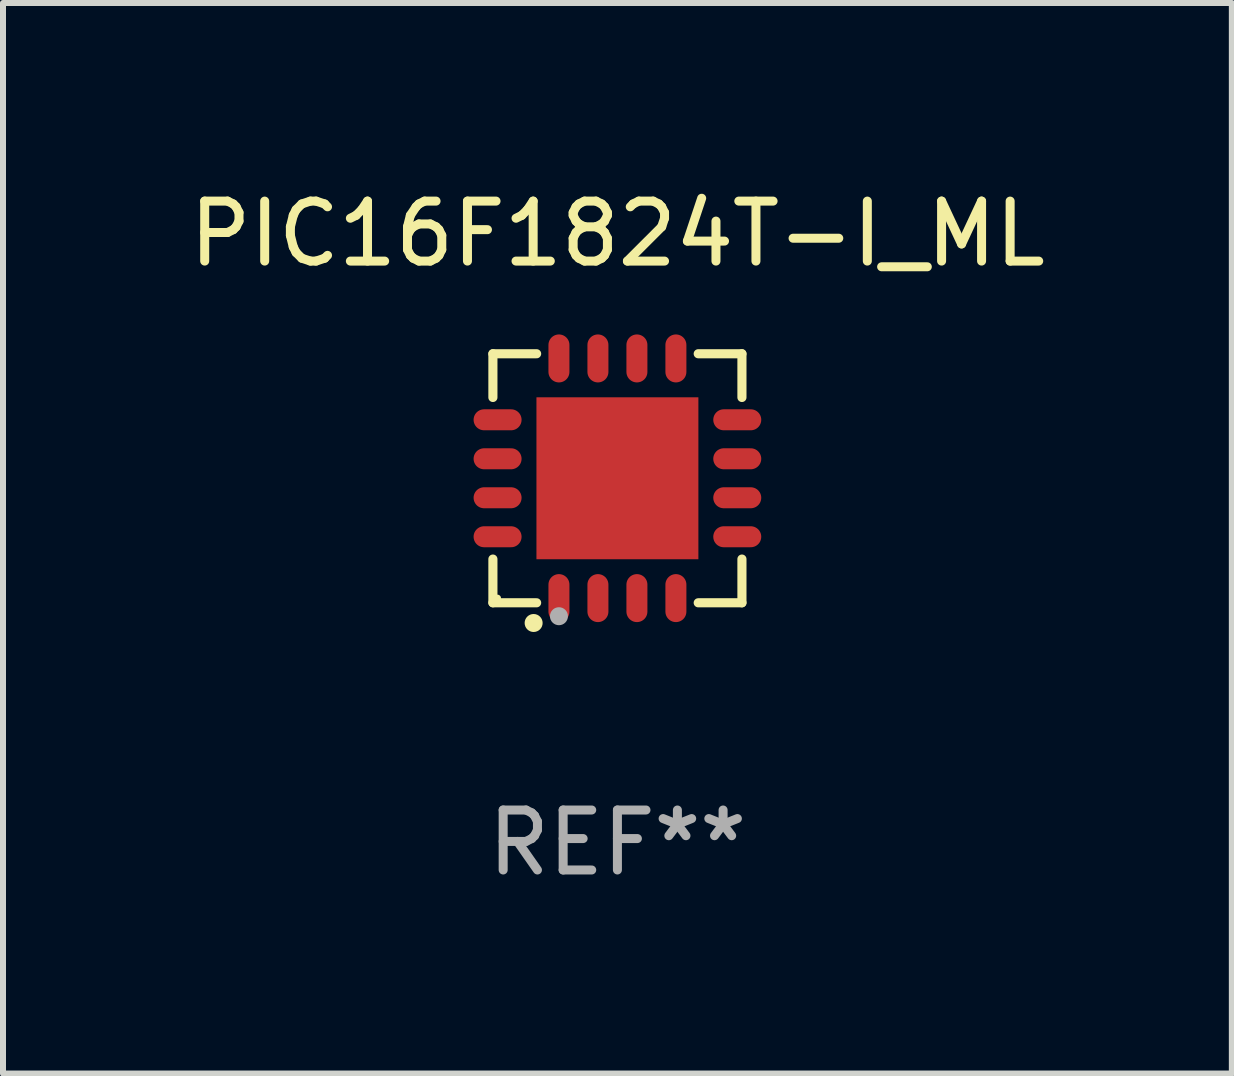
<source format=kicad_pcb>
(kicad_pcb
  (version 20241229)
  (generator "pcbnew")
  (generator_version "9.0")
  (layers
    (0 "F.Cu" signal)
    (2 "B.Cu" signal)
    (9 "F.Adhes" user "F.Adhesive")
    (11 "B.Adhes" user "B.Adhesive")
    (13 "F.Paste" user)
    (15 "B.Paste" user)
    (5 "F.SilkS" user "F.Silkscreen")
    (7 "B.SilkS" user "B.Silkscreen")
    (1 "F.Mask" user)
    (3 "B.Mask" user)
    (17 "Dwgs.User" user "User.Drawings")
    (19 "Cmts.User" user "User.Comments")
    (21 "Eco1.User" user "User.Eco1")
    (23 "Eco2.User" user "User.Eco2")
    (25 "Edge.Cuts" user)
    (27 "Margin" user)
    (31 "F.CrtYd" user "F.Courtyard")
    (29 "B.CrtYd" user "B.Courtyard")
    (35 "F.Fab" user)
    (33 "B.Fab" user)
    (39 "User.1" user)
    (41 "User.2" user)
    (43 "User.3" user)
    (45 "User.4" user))
  (footprint "PIC16F1824T-I_ML"
    (layer "F.Cu")
    (at 7.244 4.924)
    (property "Reference" "PIC16F1824T-I_ML" (at 0 -4.076 0) (layer "F.SilkS") (effects (font (size 1 1) (thickness 0.15))))
    (attr through_hole)
    (fp_line (start -2.076 -2.076) (end -1.347 -2.076) (stroke (width 0.152) (type solid)) (layer "F.SilkS"))
    (fp_line (start -2.076 -1.347) (end -2.076 -2.076) (stroke (width 0.152) (type solid)) (layer "F.SilkS"))
    (fp_line (start -2.076 1.347) (end -2.076 2.076) (stroke (width 0.152) (type solid)) (layer "F.SilkS"))
    (fp_line (start -2.076 2.076) (end -1.347 2.076) (stroke (width 0.152) (type solid)) (layer "F.SilkS"))
    (fp_line (start 2.076 -2.076) (end 1.347 -2.076) (stroke (width 0.152) (type solid)) (layer "F.SilkS"))
    (fp_line (start 2.076 -1.347) (end 2.076 -2.076) (stroke (width 0.152) (type solid)) (layer "F.SilkS"))
    (fp_line (start 2.076 1.347) (end 2.076 2.076) (stroke (width 0.152) (type solid)) (layer "F.SilkS"))
    (fp_line (start 2.076 2.076) (end 1.347 2.076) (stroke (width 0.152) (type solid)) (layer "F.SilkS"))
    (fp_circle (center -2 2) (end -1.97 2) (stroke (width 0.06) (type solid)) (fill no) (layer "F.SilkS"))
    (fp_circle (center -1.397 2.413) (end -1.322 2.413) (stroke (width 0.15) (type solid)) (fill no) (layer "F.SilkS"))
    (fp_circle (center -0.975 2.3) (end -0.9 2.3) (stroke (width 0.15) (type solid)) (fill no) (layer "F.Fab"))
    (fp_text user "REF**" (at 0 6.076 0) (layer "F.Fab") (effects (font (size 1 1) (thickness 0.15))))
    (pad "1" smd oval (at -0.975 1.998) (size 0.35 0.8) (layers "F.Cu" "F.Mask" "F.Paste"))
    (pad "2" smd oval (at -0.325 1.998) (size 0.35 0.8) (layers "F.Cu" "F.Mask" "F.Paste"))
    (pad "3" smd oval (at 0.325 1.998) (size 0.35 0.8) (layers "F.Cu" "F.Mask" "F.Paste"))
    (pad "4" smd oval (at 0.975 1.998) (size 0.35 0.8) (layers "F.Cu" "F.Mask" "F.Paste"))
    (pad "5" smd oval (at 1.998 0.975) (size 0.8 0.35) (layers "F.Cu" "F.Mask" "F.Paste"))
    (pad "6" smd oval (at 1.998 0.325) (size 0.8 0.35) (layers "F.Cu" "F.Mask" "F.Paste"))
    (pad "7" smd oval (at 1.998 -0.325) (size 0.8 0.35) (layers "F.Cu" "F.Mask" "F.Paste"))
    (pad "8" smd oval (at 1.998 -0.975) (size 0.8 0.35) (layers "F.Cu" "F.Mask" "F.Paste"))
    (pad "9" smd oval (at 0.975 -1.998) (size 0.35 0.8) (layers "F.Cu" "F.Mask" "F.Paste"))
    (pad "10" smd oval (at 0.325 -1.998) (size 0.35 0.8) (layers "F.Cu" "F.Mask" "F.Paste"))
    (pad "11" smd oval (at -0.325 -1.998) (size 0.35 0.8) (layers "F.Cu" "F.Mask" "F.Paste"))
    (pad "12" smd oval (at -0.975 -1.998) (size 0.35 0.8) (layers "F.Cu" "F.Mask" "F.Paste"))
    (pad "13" smd oval (at -1.998 -0.975) (size 0.8 0.35) (layers "F.Cu" "F.Mask" "F.Paste"))
    (pad "14" smd oval (at -1.998 -0.325) (size 0.8 0.35) (layers "F.Cu" "F.Mask" "F.Paste"))
    (pad "15" smd oval (at -1.998 0.325) (size 0.8 0.35) (layers "F.Cu" "F.Mask" "F.Paste"))
    (pad "16" smd oval (at -1.998 0.975) (size 0.8 0.35) (layers "F.Cu" "F.Mask" "F.Paste"))
    (pad "17" smd rect (at 0 0) (size 2.7 2.7) (layers "F.Cu" "F.Mask" "F.Paste")))
  (gr_rect
    (start -3 -3)
    (end 17.488 14.849)
    (stroke (width 0.1) (type default))
    (fill no)
    (layer "Edge.Cuts")))
</source>
